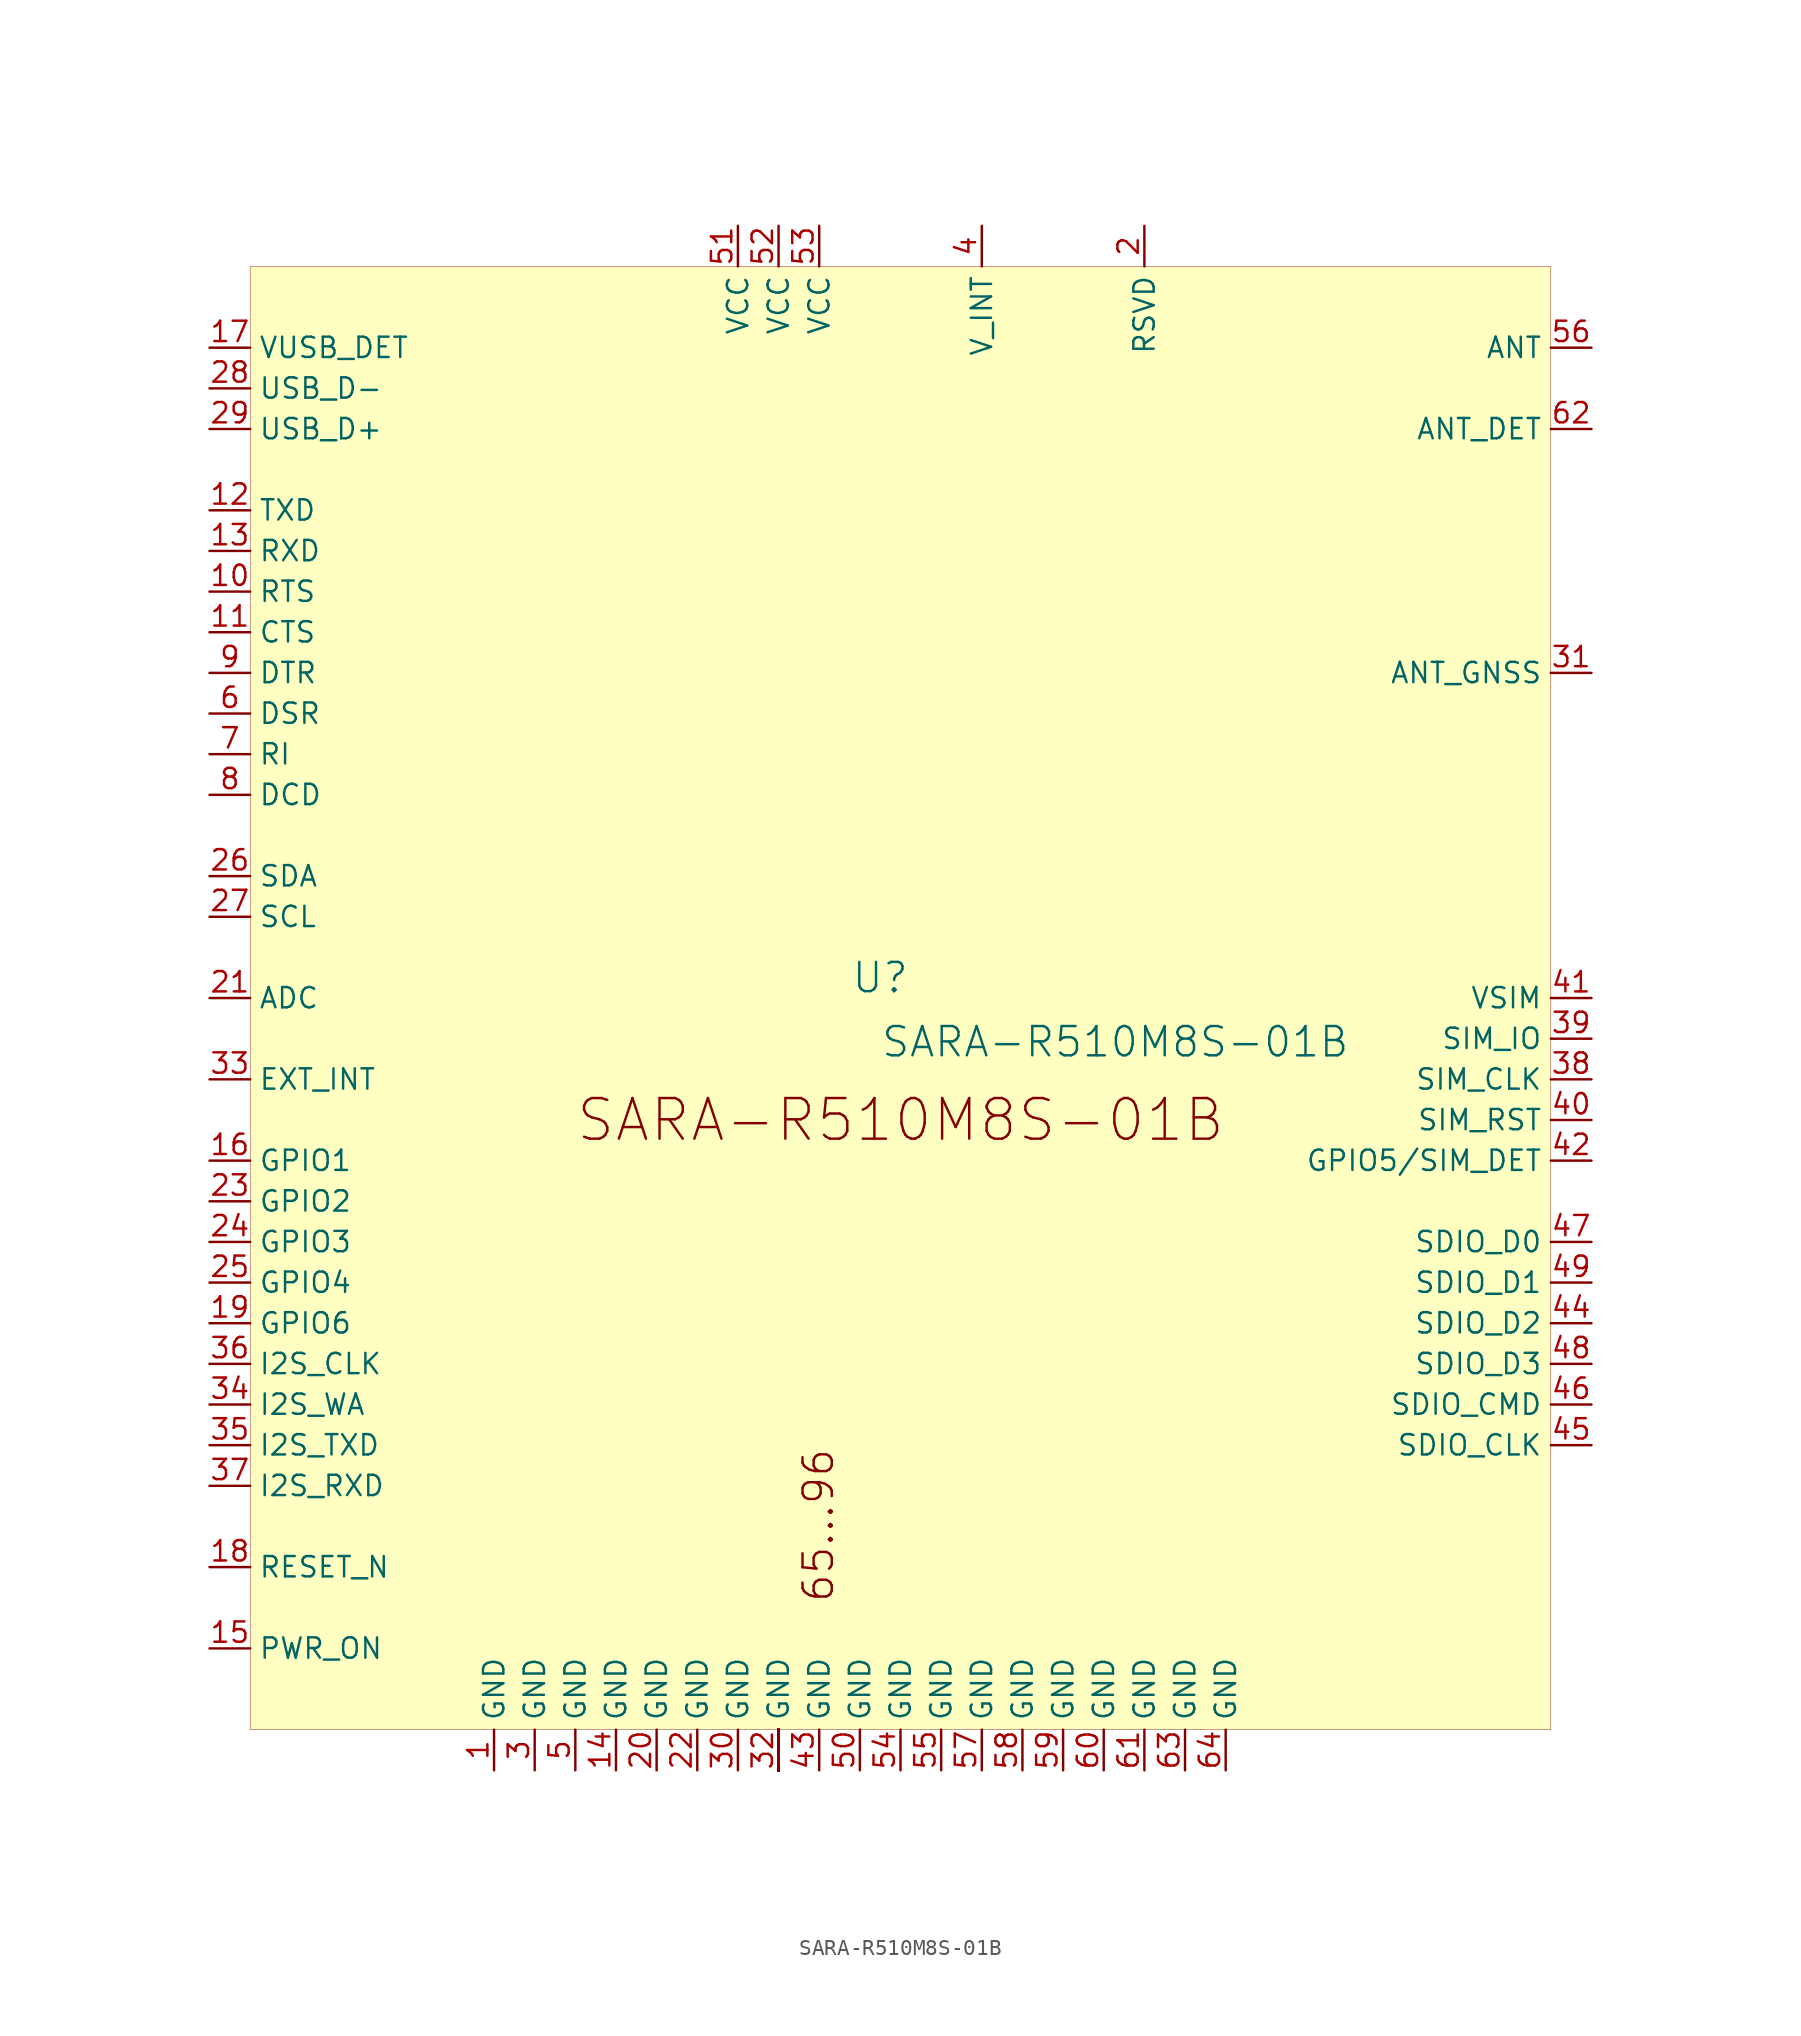
<source format=kicad_sym>
(kicad_symbol_lib
  (version 20231120)
  (generator "kicad_symbol_editor")
  (generator_version "8.0")
  (symbol "SARA-R510M8S-01B"
    (property "Reference" "U"
      (at -1.27 1.27 0)
      (effects (font (size 1.829 1.829))))
    (property "Value" "SARA-R510M8S-01B"
      (at -1.27 -3.81 0)
      (effects (font (size 1.829 1.829)) (justify left bottom)))
    (symbol "SARA-R510M8S-01B_1_0"
      (rectangle (start 40.64 45.72) (end -40.64 -45.72) (stroke (width 0.025) (type solid) (color 128 0 0 1)) (fill (type background)))
      (text "65...96" (at -4.064 -37.846 900) (effects (font (size 1.829 1.829)) (justify left bottom)))
      (text "SARA-R510M8S-01B" (at 0 -7.62 0) (effects (font (size 2.54 2.54))))
      (pin power_in line (at -25.4 -48.26 90) (length 2.54) (name "GND" (effects (font (size 1.27 1.27)))) (number "1" (effects (font (size 1.27 1.27)))))
      (pin input line (at -43.18 25.4 0) (length 2.54) (name "RTS" (effects (font (size 1.27 1.27)))) (number "10" (effects (font (size 1.27 1.27)))))
      (pin output line (at -43.18 22.86 0) (length 2.54) (name "CTS" (effects (font (size 1.27 1.27)))) (number "11" (effects (font (size 1.27 1.27)))))
      (pin input line (at -43.18 30.48 0) (length 2.54) (name "TXD" (effects (font (size 1.27 1.27)))) (number "12" (effects (font (size 1.27 1.27)))))
      (pin output line (at -43.18 27.94 0) (length 2.54) (name "RXD" (effects (font (size 1.27 1.27)))) (number "13" (effects (font (size 1.27 1.27)))))
      (pin power_in line (at -17.78 -48.26 90) (length 2.54) (name "GND" (effects (font (size 1.27 1.27)))) (number "14" (effects (font (size 1.27 1.27)))))
      (pin input line (at -43.18 -40.64 0) (length 2.54) (name "PWR_ON" (effects (font (size 1.27 1.27)))) (number "15" (effects (font (size 1.27 1.27)))))
      (pin bidirectional line (at -43.18 -10.16 0) (length 2.54) (name "GPIO1" (effects (font (size 1.27 1.27)))) (number "16" (effects (font (size 1.27 1.27)))))
      (pin input line (at -43.18 40.64 0) (length 2.54) (name "VUSB_DET" (effects (font (size 1.27 1.27)))) (number "17" (effects (font (size 1.27 1.27)))))
      (pin input line (at -43.18 -35.56 0) (length 2.54) (name "RESET_N" (effects (font (size 1.27 1.27)))) (number "18" (effects (font (size 1.27 1.27)))))
      (pin passive line (at -43.18 -20.32 0) (length 2.54) (name "GPIO6" (effects (font (size 1.27 1.27)))) (number "19" (effects (font (size 1.27 1.27)))))
      (pin passive line (at 15.24 48.26 270) (length 2.54) (name "RSVD" (effects (font (size 1.27 1.27)))) (number "2" (effects (font (size 1.27 1.27)))))
      (pin power_in line (at -15.24 -48.26 90) (length 2.54) (name "GND" (effects (font (size 1.27 1.27)))) (number "20" (effects (font (size 1.27 1.27)))))
      (pin power_in line (at -43.18 0 0) (length 2.54) (name "ADC" (effects (font (size 1.27 1.27)))) (number "21" (effects (font (size 1.27 1.27)))))
      (pin power_in line (at -12.7 -48.26 90) (length 2.54) (name "GND" (effects (font (size 1.27 1.27)))) (number "22" (effects (font (size 1.27 1.27)))))
      (pin bidirectional line (at -43.18 -12.7 0) (length 2.54) (name "GPIO2" (effects (font (size 1.27 1.27)))) (number "23" (effects (font (size 1.27 1.27)))))
      (pin bidirectional line (at -43.18 -15.24 0) (length 2.54) (name "GPIO3" (effects (font (size 1.27 1.27)))) (number "24" (effects (font (size 1.27 1.27)))))
      (pin bidirectional line (at -43.18 -17.78 0) (length 2.54) (name "GPIO4" (effects (font (size 1.27 1.27)))) (number "25" (effects (font (size 1.27 1.27)))))
      (pin bidirectional line (at -43.18 7.62 0) (length 2.54) (name "SDA" (effects (font (size 1.27 1.27)))) (number "26" (effects (font (size 1.27 1.27)))))
      (pin input line (at -43.18 5.08 0) (length 2.54) (name "SCL" (effects (font (size 1.27 1.27)))) (number "27" (effects (font (size 1.27 1.27)))))
      (pin bidirectional line (at -43.18 38.1 0) (length 2.54) (name "USB_D-" (effects (font (size 1.27 1.27)))) (number "28" (effects (font (size 1.27 1.27)))))
      (pin bidirectional line (at -43.18 35.56 0) (length 2.54) (name "USB_D+" (effects (font (size 1.27 1.27)))) (number "29" (effects (font (size 1.27 1.27)))))
      (pin power_in line (at -22.86 -48.26 90) (length 2.54) (name "GND" (effects (font (size 1.27 1.27)))) (number "3" (effects (font (size 1.27 1.27)))))
      (pin power_in line (at -10.16 -48.26 90) (length 2.54) (name "GND" (effects (font (size 1.27 1.27)))) (number "30" (effects (font (size 1.27 1.27)))))
      (pin input line (at 43.18 20.32 180) (length 2.54) (name "ANT_GNSS" (effects (font (size 1.27 1.27)))) (number "31" (effects (font (size 1.27 1.27)))))
      (pin power_in line (at -7.62 -48.26 90) (length 2.54) (name "GND" (effects (font (size 1.27 1.27)))) (number "32" (effects (font (size 1.27 1.27)))))
      (pin passive line (at -43.18 -5.08 0) (length 2.54) (name "EXT_INT" (effects (font (size 1.27 1.27)))) (number "33" (effects (font (size 1.27 1.27)))))
      (pin output line (at -43.18 -25.4 0) (length 2.54) (name "I2S_WA" (effects (font (size 1.27 1.27)))) (number "34" (effects (font (size 1.27 1.27)))))
      (pin output line (at -43.18 -27.94 0) (length 2.54) (name "I2S_TXD" (effects (font (size 1.27 1.27)))) (number "35" (effects (font (size 1.27 1.27)))))
      (pin output line (at -43.18 -22.86 0) (length 2.54) (name "I2S_CLK" (effects (font (size 1.27 1.27)))) (number "36" (effects (font (size 1.27 1.27)))))
      (pin input line (at -43.18 -30.48 0) (length 2.54) (name "I2S_RXD" (effects (font (size 1.27 1.27)))) (number "37" (effects (font (size 1.27 1.27)))))
      (pin output line (at 43.18 -5.08 180) (length 2.54) (name "SIM_CLK" (effects (font (size 1.27 1.27)))) (number "38" (effects (font (size 1.27 1.27)))))
      (pin bidirectional line (at 43.18 -2.54 180) (length 2.54) (name "SIM_IO" (effects (font (size 1.27 1.27)))) (number "39" (effects (font (size 1.27 1.27)))))
      (pin power_in line (at 5.08 48.26 270) (length 2.54) (name "V_INT" (effects (font (size 1.27 1.27)))) (number "4" (effects (font (size 1.27 1.27)))))
      (pin output line (at 43.18 -7.62 180) (length 2.54) (name "SIM_RST" (effects (font (size 1.27 1.27)))) (number "40" (effects (font (size 1.27 1.27)))))
      (pin power_in line (at 43.18 0 180) (length 2.54) (name "VSIM" (effects (font (size 1.27 1.27)))) (number "41" (effects (font (size 1.27 1.27)))))
      (pin input line (at 43.18 -10.16 180) (length 2.54) (name "GPIO5/SIM_DET" (effects (font (size 1.27 1.27)))) (number "42" (effects (font (size 1.27 1.27)))))
      (pin power_in line (at -5.08 -48.26 90) (length 2.54) (name "GND" (effects (font (size 1.27 1.27)))) (number "43" (effects (font (size 1.27 1.27)))))
      (pin bidirectional line (at 43.18 -20.32 180) (length 2.54) (name "SDIO_D2" (effects (font (size 1.27 1.27)))) (number "44" (effects (font (size 1.27 1.27)))))
      (pin output line (at 43.18 -27.94 180) (length 2.54) (name "SDIO_CLK" (effects (font (size 1.27 1.27)))) (number "45" (effects (font (size 1.27 1.27)))))
      (pin output line (at 43.18 -25.4 180) (length 2.54) (name "SDIO_CMD" (effects (font (size 1.27 1.27)))) (number "46" (effects (font (size 1.27 1.27)))))
      (pin bidirectional line (at 43.18 -15.24 180) (length 2.54) (name "SDIO_D0" (effects (font (size 1.27 1.27)))) (number "47" (effects (font (size 1.27 1.27)))))
      (pin bidirectional line (at 43.18 -22.86 180) (length 2.54) (name "SDIO_D3" (effects (font (size 1.27 1.27)))) (number "48" (effects (font (size 1.27 1.27)))))
      (pin bidirectional line (at 43.18 -17.78 180) (length 2.54) (name "SDIO_D1" (effects (font (size 1.27 1.27)))) (number "49" (effects (font (size 1.27 1.27)))))
      (pin power_in line (at -20.32 -48.26 90) (length 2.54) (name "GND" (effects (font (size 1.27 1.27)))) (number "5" (effects (font (size 1.27 1.27)))))
      (pin power_in line (at -2.54 -48.26 90) (length 2.54) (name "GND" (effects (font (size 1.27 1.27)))) (number "50" (effects (font (size 1.27 1.27)))))
      (pin power_in line (at -10.16 48.26 270) (length 2.54) (name "VCC" (effects (font (size 1.27 1.27)))) (number "51" (effects (font (size 1.27 1.27)))))
      (pin power_in line (at -7.62 48.26 270) (length 2.54) (name "VCC" (effects (font (size 1.27 1.27)))) (number "52" (effects (font (size 1.27 1.27)))))
      (pin power_in line (at -5.08 48.26 270) (length 2.54) (name "VCC" (effects (font (size 1.27 1.27)))) (number "53" (effects (font (size 1.27 1.27)))))
      (pin power_in line (at 0 -48.26 90) (length 2.54) (name "GND" (effects (font (size 1.27 1.27)))) (number "54" (effects (font (size 1.27 1.27)))))
      (pin power_in line (at 2.54 -48.26 90) (length 2.54) (name "GND" (effects (font (size 1.27 1.27)))) (number "55" (effects (font (size 1.27 1.27)))))
      (pin output line (at 43.18 40.64 180) (length 2.54) (name "ANT" (effects (font (size 1.27 1.27)))) (number "56" (effects (font (size 1.27 1.27)))))
      (pin power_in line (at 5.08 -48.26 90) (length 2.54) (name "GND" (effects (font (size 1.27 1.27)))) (number "57" (effects (font (size 1.27 1.27)))))
      (pin power_in line (at 7.62 -48.26 90) (length 2.54) (name "GND" (effects (font (size 1.27 1.27)))) (number "58" (effects (font (size 1.27 1.27)))))
      (pin power_in line (at 10.16 -48.26 90) (length 2.54) (name "GND" (effects (font (size 1.27 1.27)))) (number "59" (effects (font (size 1.27 1.27)))))
      (pin bidirectional line (at -43.18 17.78 0) (length 2.54) (name "DSR" (effects (font (size 1.27 1.27)))) (number "6" (effects (font (size 1.27 1.27)))))
      (pin power_in line (at 12.7 -48.26 90) (length 2.54) (name "GND" (effects (font (size 1.27 1.27)))) (number "60" (effects (font (size 1.27 1.27)))))
      (pin power_in line (at 15.24 -48.26 90) (length 2.54) (name "GND" (effects (font (size 1.27 1.27)))) (number "61" (effects (font (size 1.27 1.27)))))
      (pin input line (at 43.18 35.56 180) (length 2.54) (name "ANT_DET" (effects (font (size 1.27 1.27)))) (number "62" (effects (font (size 1.27 1.27)))))
      (pin power_in line (at 17.78 -48.26 90) (length 2.54) (name "GND" (effects (font (size 1.27 1.27)))) (number "63" (effects (font (size 1.27 1.27)))))
      (pin power_in line (at 20.32 -48.26 90) (length 2.54) (name "GND" (effects (font (size 1.27 1.27)))) (number "64" (effects (font (size 1.27 1.27)))))
      (pin power_in line (at -7.62 -48.26 90) (length 2.54) (name "GND" (effects (font (size 0 0)))) (number "65" (effects (font (size 0 0)))))
      (pin power_in line (at -7.62 -48.26 90) (length 2.54) (name "GND" (effects (font (size 0 0)))) (number "66" (effects (font (size 0 0)))))
      (pin power_in line (at -7.62 -48.26 90) (length 2.54) (name "GND" (effects (font (size 0 0)))) (number "67" (effects (font (size 0 0)))))
      (pin power_in line (at -7.62 -48.26 90) (length 2.54) (name "GND" (effects (font (size 0 0)))) (number "68" (effects (font (size 0 0)))))
      (pin power_in line (at -7.62 -48.26 90) (length 2.54) (name "GND" (effects (font (size 0 0)))) (number "69" (effects (font (size 0 0)))))
      (pin output line (at -43.18 15.24 0) (length 2.54) (name "RI" (effects (font (size 1.27 1.27)))) (number "7" (effects (font (size 1.27 1.27)))))
      (pin power_in line (at -7.62 -48.26 90) (length 2.54) (name "GND" (effects (font (size 0 0)))) (number "70" (effects (font (size 0 0)))))
      (pin power_in line (at -7.62 -48.26 90) (length 2.54) (name "GND" (effects (font (size 0 0)))) (number "71" (effects (font (size 0 0)))))
      (pin power_in line (at -7.62 -48.26 90) (length 2.54) (name "GND" (effects (font (size 0 0)))) (number "72" (effects (font (size 0 0)))))
      (pin power_in line (at -7.62 -48.26 90) (length 2.54) (name "GND" (effects (font (size 0 0)))) (number "73" (effects (font (size 0 0)))))
      (pin power_in line (at -7.62 -48.26 90) (length 2.54) (name "GND" (effects (font (size 0 0)))) (number "74" (effects (font (size 0 0)))))
      (pin power_in line (at -7.62 -48.26 90) (length 2.54) (name "GND" (effects (font (size 0 0)))) (number "75" (effects (font (size 0 0)))))
      (pin power_in line (at -7.62 -48.26 90) (length 2.54) (name "GND" (effects (font (size 0 0)))) (number "76" (effects (font (size 0 0)))))
      (pin power_in line (at -7.62 -48.26 90) (length 2.54) (name "GND" (effects (font (size 0 0)))) (number "77" (effects (font (size 0 0)))))
      (pin power_in line (at -7.62 -48.26 90) (length 2.54) (name "GND" (effects (font (size 0 0)))) (number "78" (effects (font (size 0 0)))))
      (pin power_in line (at -7.62 -48.26 90) (length 2.54) (name "GND" (effects (font (size 0 0)))) (number "79" (effects (font (size 0 0)))))
      (pin output line (at -43.18 12.7 0) (length 2.54) (name "DCD" (effects (font (size 1.27 1.27)))) (number "8" (effects (font (size 1.27 1.27)))))
      (pin power_in line (at -7.62 -48.26 90) (length 2.54) (name "GND" (effects (font (size 0 0)))) (number "80" (effects (font (size 0 0)))))
      (pin power_in line (at -7.62 -48.26 90) (length 2.54) (name "GND" (effects (font (size 0 0)))) (number "81" (effects (font (size 0 0)))))
      (pin power_in line (at -7.62 -48.26 90) (length 2.54) (name "GND" (effects (font (size 0 0)))) (number "82" (effects (font (size 0 0)))))
      (pin power_in line (at -7.62 -48.26 90) (length 2.54) (name "GND" (effects (font (size 0 0)))) (number "83" (effects (font (size 0 0)))))
      (pin power_in line (at -7.62 -48.26 90) (length 2.54) (name "GND" (effects (font (size 0 0)))) (number "84" (effects (font (size 0 0)))))
      (pin power_in line (at -7.62 -48.26 90) (length 2.54) (name "GND" (effects (font (size 0 0)))) (number "85" (effects (font (size 0 0)))))
      (pin power_in line (at -7.62 -48.26 90) (length 2.54) (name "GND" (effects (font (size 0 0)))) (number "86" (effects (font (size 0 0)))))
      (pin power_in line (at -7.62 -48.26 90) (length 2.54) (name "GND" (effects (font (size 0 0)))) (number "87" (effects (font (size 0 0)))))
      (pin power_in line (at -7.62 -48.26 90) (length 2.54) (name "GND" (effects (font (size 0 0)))) (number "88" (effects (font (size 0 0)))))
      (pin power_in line (at -7.62 -48.26 90) (length 2.54) (name "GND" (effects (font (size 0 0)))) (number "89" (effects (font (size 0 0)))))
      (pin input line (at -43.18 20.32 0) (length 2.54) (name "DTR" (effects (font (size 1.27 1.27)))) (number "9" (effects (font (size 1.27 1.27)))))
      (pin power_in line (at -7.62 -48.26 90) (length 2.54) (name "GND" (effects (font (size 0 0)))) (number "90" (effects (font (size 0 0)))))
      (pin power_in line (at -7.62 -48.26 90) (length 2.54) (name "GND" (effects (font (size 0 0)))) (number "91" (effects (font (size 0 0)))))
      (pin power_in line (at -7.62 -48.26 90) (length 2.54) (name "GND" (effects (font (size 0 0)))) (number "92" (effects (font (size 0 0)))))
      (pin power_in line (at -7.62 -48.26 90) (length 2.54) (name "GND" (effects (font (size 0 0)))) (number "93" (effects (font (size 0 0)))))
      (pin power_in line (at -7.62 -48.26 90) (length 2.54) (name "GND" (effects (font (size 0 0)))) (number "94" (effects (font (size 0 0)))))
      (pin power_in line (at -7.62 -48.26 90) (length 2.54) (name "GND" (effects (font (size 0 0)))) (number "95" (effects (font (size 0 0)))))
      (pin power_in line (at -7.62 -48.26 90) (length 2.54) (name "GND" (effects (font (size 0 0)))) (number "96" (effects (font (size 0 0))))))))
</source>
